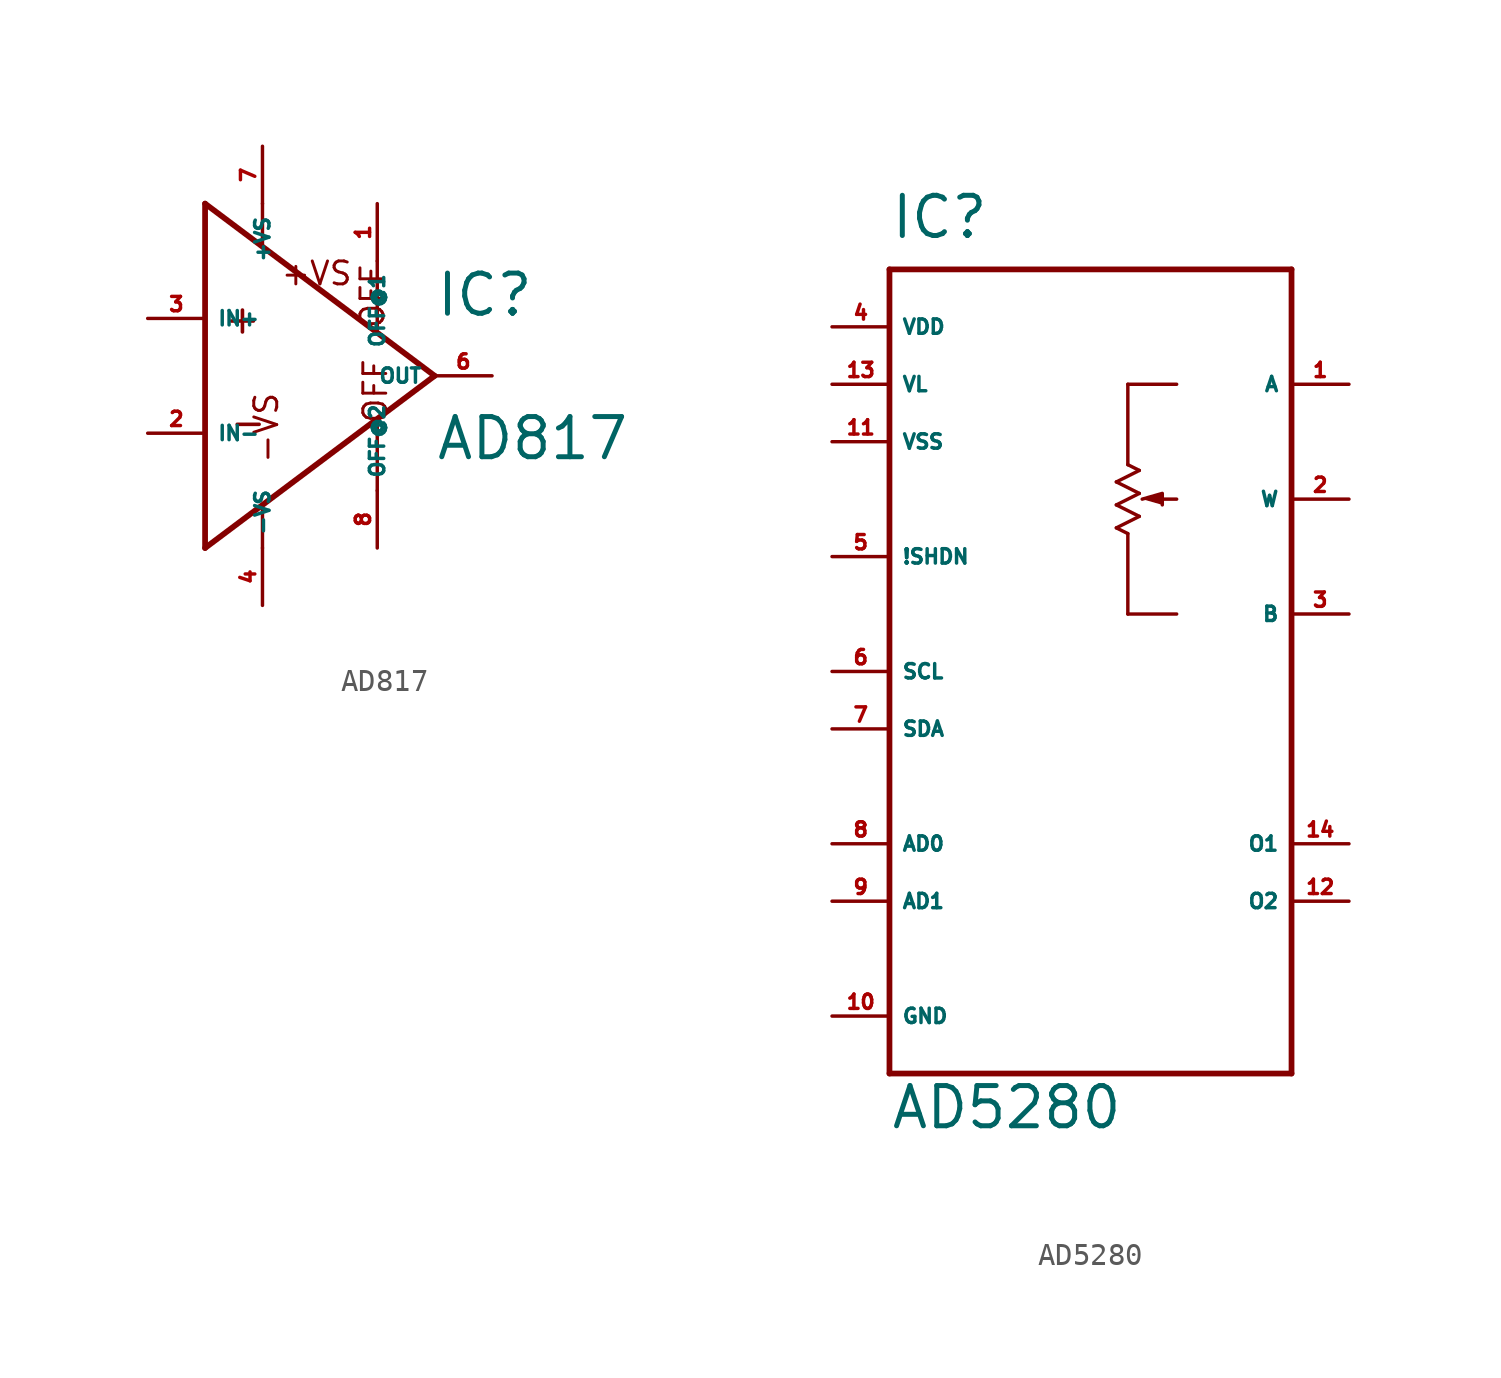
<source format=kicad_sym>
(kicad_symbol_lib
  (version 20220914)
  (generator Eagle2Kicad)
  (symbol "AD817"
    (property "Reference" "IC"
      (at 7.62 2.54 0)
      (effects (font (size 1.778 1.778) (thickness 0.22)) (justify left bottom)))
    (property "Value" "AD817"
      (at 7.62 -3.81 0)
      (effects (font (size 1.778 1.778) (thickness 0.22)) (justify left bottom)))
    (polyline
      (pts (xy -2.54 7.62) (xy -2.54 -7.62))
      (stroke (width 0.254) (type default))
      (fill (type none)))
    (polyline
      (pts (xy -2.54 -7.62) (xy 7.62 0))
      (stroke (width 0.254) (type default))
      (fill (type none)))
    (polyline
      (pts (xy 7.62 0) (xy -2.54 7.62))
      (stroke (width 0.254) (type default))
      (fill (type none)))
    (polyline
      (pts (xy 5.08 5.08) (xy 5.08 2.032))
      (stroke (width 0.152) (type default))
      (fill (type none)))
    (polyline
      (pts (xy 5.08 -5.08) (xy 5.08 -2.032))
      (stroke (width 0.152) (type default))
      (fill (type none)))
    (polyline
      (pts (xy 0 5.842) (xy 0 7.62))
      (stroke (width 0.152) (type default))
      (fill (type none)))
    (polyline
      (pts (xy 0 -7.62) (xy 0 -5.842))
      (stroke (width 0.152) (type default))
      (fill (type none)))
    (text "+"
      (at -1.778 1.778 0)
      (effects (font (size 1.27 1.27) (thickness 0.16)) (justify left bottom)))
    (text "-"
      (at -1.524 -2.794 0)
      (effects (font (size 1.27 1.27) (thickness 0.16)) (justify left bottom)))
    (text "+VS"
      (at 0.762 3.937 0)
      (effects (font (size 1.016 1.016) (thickness 0.13)) (justify left bottom mirror)))
    (text "-VS"
      (at 0.762 -3.937 1800)
      (effects (font (size 1.016 1.016) (thickness 0.13)) (justify left bottom)))
    (text "OFF"
      (at 5.588 -2.159 2700)
      (effects (font (size 1.016 1.016) (thickness 0.13)) (justify left bottom)))
    (text "OFF"
      (at 5.461 2.032 900)
      (effects (font (size 1.016 1.016) (thickness 0.13)) (justify left bottom mirror)))
    (pin input line
      (at -5.08 2.54 0)
      (length 2.54)
      (name "IN+" (effects (font (size 0.635 0.635) (thickness 0.08)) (justify left bottom)))
      (number "3" (effects (font (size 0.635 0.635) (thickness 0.08)) (justify left bottom))))
    (pin input line
      (at -5.08 -2.54 0)
      (length 2.54)
      (name "IN-" (effects (font (size 0.635 0.635) (thickness 0.08)) (justify left bottom)))
      (number "2" (effects (font (size 0.635 0.635) (thickness 0.08)) (justify left bottom))))
    (pin output line
      (at 10.16 0 180)
      (length 2.54)
      (name "OUT" (effects (font (size 0.635 0.635) (thickness 0.08)) (justify left bottom)))
      (number "6" (effects (font (size 0.635 0.635) (thickness 0.08)) (justify left bottom))))
    (pin input line
      (at 0 -10.16 90)
      (length 2.54)
      (name "-VS" (effects (font (size 0.635 0.635) (thickness 0.08)) (justify left bottom)))
      (number "4" (effects (font (size 0.635 0.635) (thickness 0.08)) (justify left bottom))))
    (pin input line
      (at 0 10.16 270)
      (length 2.54)
      (name "+VS" (effects (font (size 0.635 0.635) (thickness 0.08)) (justify left bottom)))
      (number "7" (effects (font (size 0.635 0.635) (thickness 0.08)) (justify left bottom))))
    (pin passive line
      (at 5.08 7.62 270)
      (length 2.54)
      (name "OFF@1" (effects (font (size 0.635 0.635) (thickness 0.08)) (justify left bottom)))
      (number "1" (effects (font (size 0.635 0.635) (thickness 0.08)) (justify left bottom))))
    (pin passive line
      (at 5.08 -7.62 90)
      (length 2.54)
      (name "OFF@2" (effects (font (size 0.635 0.635) (thickness 0.08)) (justify left bottom)))
      (number "8" (effects (font (size 0.635 0.635) (thickness 0.08)) (justify left bottom)))))
  (symbol "AD5280"
    (property "Reference" "IC"
      (at -10.16 19.05 0)
      (effects (font (size 1.778 1.778) (thickness 0.22)) (justify left bottom)))
    (property "Value" "AD5280"
      (at -10.16 -20.32 0)
      (effects (font (size 1.778 1.778) (thickness 0.22)) (justify left bottom)))
    (polyline
      (pts (xy 1.016 7.62) (xy 1.905 7.874) (xy 1.905 7.366))
      (stroke (width 0.152) (type default))
      (fill (type outline)))
    (polyline
      (pts (xy -10.16 17.78) (xy 7.62 17.78))
      (stroke (width 0.254) (type default))
      (fill (type none)))
    (polyline
      (pts (xy 7.62 17.78) (xy 7.62 -17.78))
      (stroke (width 0.254) (type default))
      (fill (type none)))
    (polyline
      (pts (xy 7.62 -17.78) (xy -10.16 -17.78))
      (stroke (width 0.254) (type default))
      (fill (type none)))
    (polyline
      (pts (xy -10.16 -17.78) (xy -10.16 17.78))
      (stroke (width 0.254) (type default))
      (fill (type none)))
    (polyline
      (pts (xy 0.381 12.7) (xy 2.54 12.7))
      (stroke (width 0.152) (type default))
      (fill (type none)))
    (polyline
      (pts (xy 2.54 2.54) (xy 0.381 2.54))
      (stroke (width 0.152) (type default))
      (fill (type none)))
    (polyline
      (pts (xy 0.381 2.54) (xy 0.381 6.096))
      (stroke (width 0.152) (type default))
      (fill (type none)))
    (polyline
      (pts (xy 1.905 7.62) (xy 2.54 7.62))
      (stroke (width 0.152) (type default))
      (fill (type none)))
    (polyline
      (pts (xy 0.381 9.144) (xy 0.381 12.7))
      (stroke (width 0.152) (type default))
      (fill (type none)))
    (polyline
      (pts (xy 0.381 9.144) (xy 0.889 8.89))
      (stroke (width 0.152) (type default))
      (fill (type none)))
    (polyline
      (pts (xy 0.889 8.89) (xy -0.127 8.382))
      (stroke (width 0.152) (type default))
      (fill (type none)))
    (polyline
      (pts (xy -0.127 8.382) (xy 0.889 7.874))
      (stroke (width 0.152) (type default))
      (fill (type none)))
    (polyline
      (pts (xy 0.889 7.874) (xy -0.127 7.366))
      (stroke (width 0.152) (type default))
      (fill (type none)))
    (polyline
      (pts (xy -0.127 7.366) (xy 0.889 6.858))
      (stroke (width 0.152) (type default))
      (fill (type none)))
    (polyline
      (pts (xy 0.889 6.858) (xy -0.127 6.35))
      (stroke (width 0.152) (type default))
      (fill (type none)))
    (polyline
      (pts (xy -0.127 6.35) (xy 0.381 6.096))
      (stroke (width 0.152) (type default))
      (fill (type none)))
    (pin input line
      (at -12.7 5.08 0)
      (length 2.54)
      (name "!SHDN" (effects (font (size 0.635 0.635) (thickness 0.08)) (justify left bottom)))
      (number "5" (effects (font (size 0.635 0.635) (thickness 0.08)) (justify left bottom))))
    (pin unspecified line
      (at -12.7 15.24 0)
      (length 2.54)
      (name "VDD" (effects (font (size 0.635 0.635) (thickness 0.08)) (justify left bottom)))
      (number "4" (effects (font (size 0.635 0.635) (thickness 0.08)) (justify left bottom))))
    (pin unspecified line
      (at -12.7 12.7 0)
      (length 2.54)
      (name "VL" (effects (font (size 0.635 0.635) (thickness 0.08)) (justify left bottom)))
      (number "13" (effects (font (size 0.635 0.635) (thickness 0.08)) (justify left bottom))))
    (pin unspecified line
      (at -12.7 10.16 0)
      (length 2.54)
      (name "VSS" (effects (font (size 0.635 0.635) (thickness 0.08)) (justify left bottom)))
      (number "11" (effects (font (size 0.635 0.635) (thickness 0.08)) (justify left bottom))))
    (pin unspecified line
      (at -12.7 -15.24 0)
      (length 2.54)
      (name "GND" (effects (font (size 0.635 0.635) (thickness 0.08)) (justify left bottom)))
      (number "10" (effects (font (size 0.635 0.635) (thickness 0.08)) (justify left bottom))))
    (pin input line
      (at -12.7 0 0)
      (length 2.54)
      (name "SCL" (effects (font (size 0.635 0.635) (thickness 0.08)) (justify left bottom)))
      (number "6" (effects (font (size 0.635 0.635) (thickness 0.08)) (justify left bottom))))
    (pin bidirectional line
      (at -12.7 -2.54 0)
      (length 2.54)
      (name "SDA" (effects (font (size 0.635 0.635) (thickness 0.08)) (justify left bottom)))
      (number "7" (effects (font (size 0.635 0.635) (thickness 0.08)) (justify left bottom))))
    (pin input line
      (at -12.7 -7.62 0)
      (length 2.54)
      (name "AD0" (effects (font (size 0.635 0.635) (thickness 0.08)) (justify left bottom)))
      (number "8" (effects (font (size 0.635 0.635) (thickness 0.08)) (justify left bottom))))
    (pin input line
      (at -12.7 -10.16 0)
      (length 2.54)
      (name "AD1" (effects (font (size 0.635 0.635) (thickness 0.08)) (justify left bottom)))
      (number "9" (effects (font (size 0.635 0.635) (thickness 0.08)) (justify left bottom))))
    (pin output line
      (at 10.16 -7.62 180)
      (length 2.54)
      (name "O1" (effects (font (size 0.635 0.635) (thickness 0.08)) (justify left bottom)))
      (number "14" (effects (font (size 0.635 0.635) (thickness 0.08)) (justify left bottom))))
    (pin passive line
      (at 10.16 12.7 180)
      (length 2.54)
      (name "A" (effects (font (size 0.635 0.635) (thickness 0.08)) (justify left bottom)))
      (number "1" (effects (font (size 0.635 0.635) (thickness 0.08)) (justify left bottom))))
    (pin passive line
      (at 10.16 7.62 180)
      (length 2.54)
      (name "W" (effects (font (size 0.635 0.635) (thickness 0.08)) (justify left bottom)))
      (number "2" (effects (font (size 0.635 0.635) (thickness 0.08)) (justify left bottom))))
    (pin passive line
      (at 10.16 2.54 180)
      (length 2.54)
      (name "B" (effects (font (size 0.635 0.635) (thickness 0.08)) (justify left bottom)))
      (number "3" (effects (font (size 0.635 0.635) (thickness 0.08)) (justify left bottom))))
    (pin output line
      (at 10.16 -10.16 180)
      (length 2.54)
      (name "O2" (effects (font (size 0.635 0.635) (thickness 0.08)) (justify left bottom)))
      (number "12" (effects (font (size 0.635 0.635) (thickness 0.08)) (justify left bottom))))))
</source>
